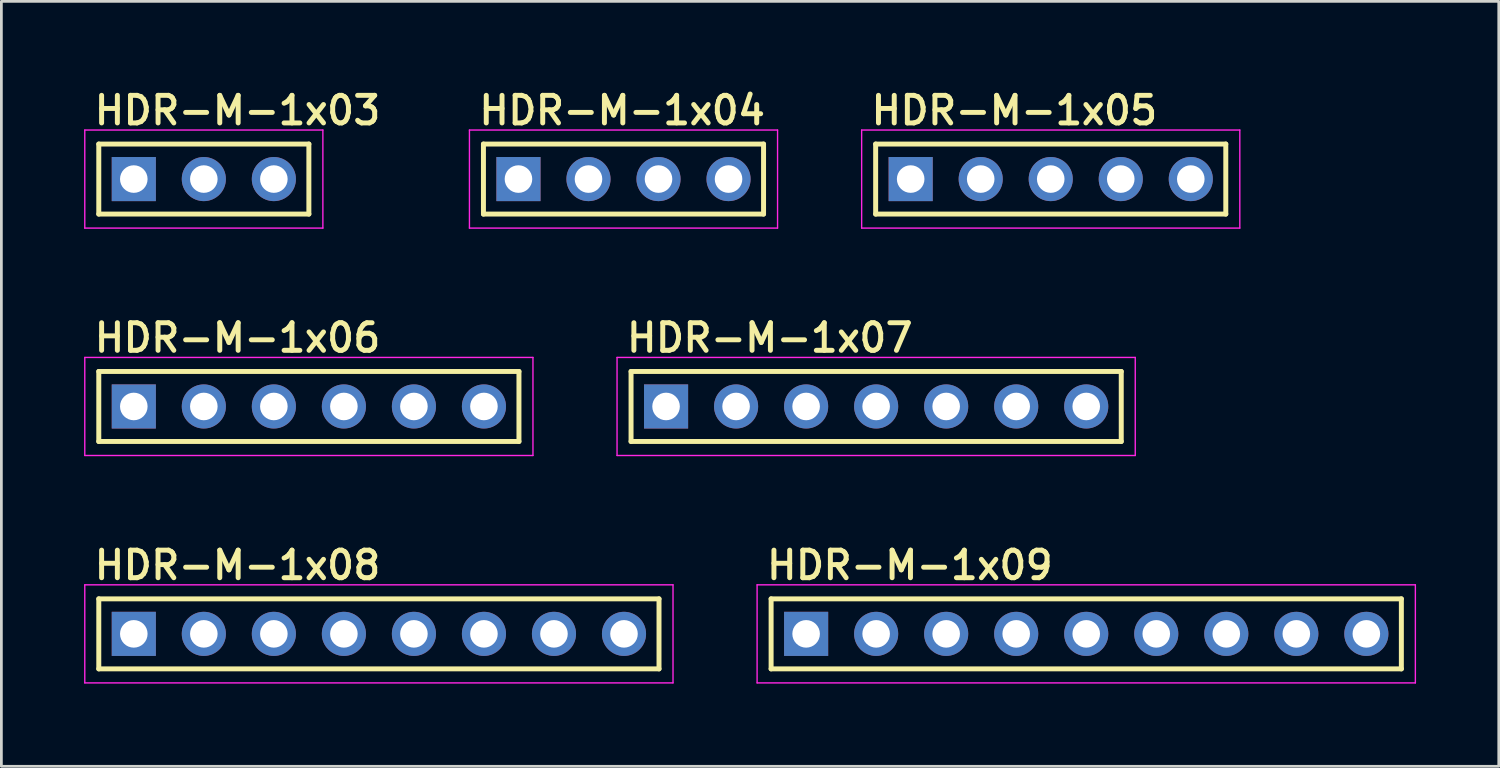
<source format=kicad_pcb>
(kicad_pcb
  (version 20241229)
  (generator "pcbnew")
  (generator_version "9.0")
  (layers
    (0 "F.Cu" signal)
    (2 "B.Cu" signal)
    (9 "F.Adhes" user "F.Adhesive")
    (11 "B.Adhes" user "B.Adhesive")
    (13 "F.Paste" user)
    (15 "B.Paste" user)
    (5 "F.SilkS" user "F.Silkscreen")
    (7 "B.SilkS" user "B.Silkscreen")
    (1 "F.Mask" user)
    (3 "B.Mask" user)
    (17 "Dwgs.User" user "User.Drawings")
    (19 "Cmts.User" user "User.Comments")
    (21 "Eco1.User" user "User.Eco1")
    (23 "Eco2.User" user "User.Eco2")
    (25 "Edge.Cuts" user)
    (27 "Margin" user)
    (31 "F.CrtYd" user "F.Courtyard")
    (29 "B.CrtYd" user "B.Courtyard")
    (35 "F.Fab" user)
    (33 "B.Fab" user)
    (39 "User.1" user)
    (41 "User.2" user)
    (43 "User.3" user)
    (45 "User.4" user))
  (footprint "HDR-M-1x06"
    (layer "F.Cu")
    (at 8.153 11.693)
    (property "Reference" "HDR-M-1x06" (at -7.874 -1.905 0) (layer "F.SilkS") (effects (font (size 1 1) (thickness 0.18)) (justify left bottom)))
    (attr through_hole)
    (fp_line (start -7.62 -1.27) (end 7.62 -1.27) (stroke (width 0.18) (type solid)) (layer "F.SilkS"))
    (fp_line (start -7.62 1.27) (end -7.62 -1.27) (stroke (width 0.18) (type solid)) (layer "F.SilkS"))
    (fp_line (start 7.62 -1.27) (end 7.62 1.27) (stroke (width 0.18) (type solid)) (layer "F.SilkS"))
    (fp_line (start 7.62 1.27) (end -7.62 1.27) (stroke (width 0.18) (type solid)) (layer "F.SilkS"))
    (fp_line (start -8.128 -1.778) (end 8.128 -1.778) (stroke (width 0.05) (type solid)) (layer "F.CrtYd"))
    (fp_line (start -8.128 1.778) (end -8.128 -1.778) (stroke (width 0.05) (type solid)) (layer "F.CrtYd"))
    (fp_line (start 8.128 -1.778) (end 8.128 1.778) (stroke (width 0.05) (type solid)) (layer "F.CrtYd"))
    (fp_line (start 8.128 1.778) (end -8.128 1.778) (stroke (width 0.05) (type solid)) (layer "F.CrtYd"))
    (pad "1" thru_hole rect (at -6.35 0) (size 1.6 1.6) (drill 1) (layers "*.Cu" "*.Mask"))
    (pad "2" thru_hole circle (at -3.81 0) (size 1.6 1.6) (drill 1) (layers "*.Cu" "*.Mask"))
    (pad "3" thru_hole circle (at -1.27 0) (size 1.6 1.6) (drill 1) (layers "*.Cu" "*.Mask"))
    (pad "4" thru_hole circle (at 1.27 0) (size 1.6 1.6) (drill 1) (layers "*.Cu" "*.Mask"))
    (pad "5" thru_hole circle (at 3.81 0) (size 1.6 1.6) (drill 1) (layers "*.Cu" "*.Mask"))
    (pad "6" thru_hole circle (at 6.35 0) (size 1.6 1.6) (drill 1) (layers "*.Cu" "*.Mask")))
  (footprint "HDR-M-1x05"
    (layer "F.Cu")
    (at 35.061 3.445)
    (property "Reference" "HDR-M-1x05" (at -6.604 -1.905 0) (layer "F.SilkS") (effects (font (size 1 1) (thickness 0.18)) (justify left bottom)))
    (attr through_hole)
    (fp_line (start -6.35 -1.27) (end 6.35 -1.27) (stroke (width 0.18) (type solid)) (layer "F.SilkS"))
    (fp_line (start -6.35 1.27) (end -6.35 -1.27) (stroke (width 0.18) (type solid)) (layer "F.SilkS"))
    (fp_line (start 6.35 -1.27) (end 6.35 1.27) (stroke (width 0.18) (type solid)) (layer "F.SilkS"))
    (fp_line (start 6.35 1.27) (end -6.35 1.27) (stroke (width 0.18) (type solid)) (layer "F.SilkS"))
    (fp_line (start -6.858 -1.778) (end 6.858 -1.778) (stroke (width 0.05) (type solid)) (layer "F.CrtYd"))
    (fp_line (start -6.858 1.778) (end -6.858 -1.778) (stroke (width 0.05) (type solid)) (layer "F.CrtYd"))
    (fp_line (start 6.858 -1.778) (end 6.858 1.778) (stroke (width 0.05) (type solid)) (layer "F.CrtYd"))
    (fp_line (start 6.858 1.778) (end -6.858 1.778) (stroke (width 0.05) (type solid)) (layer "F.CrtYd"))
    (pad "1" thru_hole rect (at -5.08 0) (size 1.6 1.6) (drill 1) (layers "*.Cu" "*.Mask"))
    (pad "2" thru_hole circle (at -2.54 0) (size 1.6 1.6) (drill 1) (layers "*.Cu" "*.Mask"))
    (pad "3" thru_hole circle (at 0 0) (size 1.6 1.6) (drill 1) (layers "*.Cu" "*.Mask"))
    (pad "4" thru_hole circle (at 2.54 0) (size 1.6 1.6) (drill 1) (layers "*.Cu" "*.Mask"))
    (pad "5" thru_hole circle (at 5.08 0) (size 1.6 1.6) (drill 1) (layers "*.Cu" "*.Mask")))
  (footprint "HDR-M-1x04"
    (layer "F.Cu")
    (at 19.565 3.445)
    (property "Reference" "HDR-M-1x04" (at -5.334 -1.905 0) (layer "F.SilkS") (effects (font (size 1 1) (thickness 0.18)) (justify left bottom)))
    (attr through_hole)
    (fp_line (start -5.08 -1.27) (end 5.08 -1.27) (stroke (width 0.18) (type solid)) (layer "F.SilkS"))
    (fp_line (start -5.08 1.27) (end -5.08 -1.27) (stroke (width 0.18) (type solid)) (layer "F.SilkS"))
    (fp_line (start 5.08 -1.27) (end 5.08 1.27) (stroke (width 0.18) (type solid)) (layer "F.SilkS"))
    (fp_line (start 5.08 1.27) (end -5.08 1.27) (stroke (width 0.18) (type solid)) (layer "F.SilkS"))
    (fp_line (start -5.588 -1.778) (end 5.588 -1.778) (stroke (width 0.05) (type solid)) (layer "F.CrtYd"))
    (fp_line (start -5.588 1.778) (end -5.588 -1.778) (stroke (width 0.05) (type solid)) (layer "F.CrtYd"))
    (fp_line (start 5.588 -1.778) (end 5.588 1.778) (stroke (width 0.05) (type solid)) (layer "F.CrtYd"))
    (fp_line (start 5.588 1.778) (end -5.588 1.778) (stroke (width 0.05) (type solid)) (layer "F.CrtYd"))
    (pad "1" thru_hole rect (at -3.81 0) (size 1.6 1.6) (drill 1) (layers "*.Cu" "*.Mask"))
    (pad "2" thru_hole circle (at -1.27 0) (size 1.6 1.6) (drill 1) (layers "*.Cu" "*.Mask"))
    (pad "3" thru_hole circle (at 1.27 0) (size 1.6 1.6) (drill 1) (layers "*.Cu" "*.Mask"))
    (pad "4" thru_hole circle (at 3.81 0) (size 1.6 1.6) (drill 1) (layers "*.Cu" "*.Mask")))
  (footprint "HDR-M-1x08"
    (layer "F.Cu")
    (at 10.693 19.941)
    (property "Reference" "HDR-M-1x08" (at -10.414 -1.905 0) (layer "F.SilkS") (effects (font (size 1 1) (thickness 0.18)) (justify left bottom)))
    (attr through_hole)
    (fp_line (start -10.16 -1.27) (end 10.16 -1.27) (stroke (width 0.18) (type solid)) (layer "F.SilkS"))
    (fp_line (start -10.16 1.27) (end -10.16 -1.27) (stroke (width 0.18) (type solid)) (layer "F.SilkS"))
    (fp_line (start 10.16 -1.27) (end 10.16 1.27) (stroke (width 0.18) (type solid)) (layer "F.SilkS"))
    (fp_line (start 10.16 1.27) (end -10.16 1.27) (stroke (width 0.18) (type solid)) (layer "F.SilkS"))
    (fp_line (start -10.668 -1.778) (end 10.668 -1.778) (stroke (width 0.05) (type solid)) (layer "F.CrtYd"))
    (fp_line (start -10.668 1.778) (end -10.668 -1.778) (stroke (width 0.05) (type solid)) (layer "F.CrtYd"))
    (fp_line (start 10.668 -1.778) (end 10.668 1.778) (stroke (width 0.05) (type solid)) (layer "F.CrtYd"))
    (fp_line (start 10.668 1.778) (end -10.668 1.778) (stroke (width 0.05) (type solid)) (layer "F.CrtYd"))
    (pad "1" thru_hole rect (at -8.89 0) (size 1.6 1.6) (drill 1) (layers "*.Cu" "*.Mask"))
    (pad "2" thru_hole circle (at -6.35 0) (size 1.6 1.6) (drill 1) (layers "*.Cu" "*.Mask"))
    (pad "3" thru_hole circle (at -3.81 0) (size 1.6 1.6) (drill 1) (layers "*.Cu" "*.Mask"))
    (pad "4" thru_hole circle (at -1.27 0) (size 1.6 1.6) (drill 1) (layers "*.Cu" "*.Mask"))
    (pad "5" thru_hole circle (at 1.27 0) (size 1.6 1.6) (drill 1) (layers "*.Cu" "*.Mask"))
    (pad "6" thru_hole circle (at 3.81 0) (size 1.6 1.6) (drill 1) (layers "*.Cu" "*.Mask"))
    (pad "7" thru_hole circle (at 6.35 0) (size 1.6 1.6) (drill 1) (layers "*.Cu" "*.Mask"))
    (pad "8" thru_hole circle (at 8.89 0) (size 1.6 1.6) (drill 1) (layers "*.Cu" "*.Mask")))
  (footprint "HDR-M-1x09"
    (layer "F.Cu")
    (at 36.349 19.941)
    (property "Reference" "HDR-M-1x09" (at -11.684 -1.905 0) (layer "F.SilkS") (effects (font (size 1 1) (thickness 0.18)) (justify left bottom)))
    (attr through_hole)
    (fp_line (start -11.43 -1.27) (end 11.43 -1.27) (stroke (width 0.18) (type solid)) (layer "F.SilkS"))
    (fp_line (start -11.43 1.27) (end -11.43 -1.27) (stroke (width 0.18) (type solid)) (layer "F.SilkS"))
    (fp_line (start 11.43 -1.27) (end 11.43 1.27) (stroke (width 0.18) (type solid)) (layer "F.SilkS"))
    (fp_line (start 11.43 1.27) (end -11.43 1.27) (stroke (width 0.18) (type solid)) (layer "F.SilkS"))
    (fp_line (start -11.938 -1.778) (end 11.938 -1.778) (stroke (width 0.05) (type solid)) (layer "F.CrtYd"))
    (fp_line (start -11.938 1.778) (end -11.938 -1.778) (stroke (width 0.05) (type solid)) (layer "F.CrtYd"))
    (fp_line (start 11.938 -1.778) (end 11.938 1.778) (stroke (width 0.05) (type solid)) (layer "F.CrtYd"))
    (fp_line (start 11.938 1.778) (end -11.938 1.778) (stroke (width 0.05) (type solid)) (layer "F.CrtYd"))
    (pad "1" thru_hole rect (at -10.16 0) (size 1.6 1.6) (drill 1) (layers "*.Cu" "*.Mask"))
    (pad "2" thru_hole circle (at -7.62 0) (size 1.6 1.6) (drill 1) (layers "*.Cu" "*.Mask"))
    (pad "3" thru_hole circle (at -5.08 0) (size 1.6 1.6) (drill 1) (layers "*.Cu" "*.Mask"))
    (pad "4" thru_hole circle (at -2.54 0) (size 1.6 1.6) (drill 1) (layers "*.Cu" "*.Mask"))
    (pad "5" thru_hole circle (at 0 0) (size 1.6 1.6) (drill 1) (layers "*.Cu" "*.Mask"))
    (pad "6" thru_hole circle (at 2.54 0) (size 1.6 1.6) (drill 1) (layers "*.Cu" "*.Mask"))
    (pad "7" thru_hole circle (at 5.08 0) (size 1.6 1.6) (drill 1) (layers "*.Cu" "*.Mask"))
    (pad "8" thru_hole circle (at 7.62 0) (size 1.6 1.6) (drill 1) (layers "*.Cu" "*.Mask"))
    (pad "9" thru_hole circle (at 10.16 0) (size 1.6 1.6) (drill 1) (layers "*.Cu" "*.Mask")))
  (footprint "HDR-M-1x03"
    (layer "F.Cu")
    (at 4.343 3.445)
    (property "Reference" "HDR-M-1x03" (at -4.064 -1.905 0) (layer "F.SilkS") (effects (font (size 1 1) (thickness 0.18)) (justify left bottom)))
    (attr through_hole)
    (fp_line (start -3.81 -1.27) (end 3.81 -1.27) (stroke (width 0.18) (type solid)) (layer "F.SilkS"))
    (fp_line (start -3.81 1.27) (end -3.81 -1.27) (stroke (width 0.18) (type solid)) (layer "F.SilkS"))
    (fp_line (start 3.81 -1.27) (end 3.81 1.27) (stroke (width 0.18) (type solid)) (layer "F.SilkS"))
    (fp_line (start 3.81 1.27) (end -3.81 1.27) (stroke (width 0.18) (type solid)) (layer "F.SilkS"))
    (fp_line (start -4.318 -1.778) (end 4.318 -1.778) (stroke (width 0.05) (type solid)) (layer "F.CrtYd"))
    (fp_line (start -4.318 1.778) (end -4.318 -1.778) (stroke (width 0.05) (type solid)) (layer "F.CrtYd"))
    (fp_line (start 4.318 -1.778) (end 4.318 1.778) (stroke (width 0.05) (type solid)) (layer "F.CrtYd"))
    (fp_line (start 4.318 1.778) (end -4.318 1.778) (stroke (width 0.05) (type solid)) (layer "F.CrtYd"))
    (pad "1" thru_hole rect (at -2.54 0) (size 1.6 1.6) (drill 1) (layers "*.Cu" "*.Mask"))
    (pad "2" thru_hole circle (at 0 0) (size 1.6 1.6) (drill 1) (layers "*.Cu" "*.Mask"))
    (pad "3" thru_hole circle (at 2.54 0) (size 1.6 1.6) (drill 1) (layers "*.Cu" "*.Mask")))
  (footprint "HDR-M-1x07"
    (layer "F.Cu")
    (at 28.729 11.693)
    (property "Reference" "HDR-M-1x07" (at -9.144 -1.905 0) (layer "F.SilkS") (effects (font (size 1 1) (thickness 0.18)) (justify left bottom)))
    (attr through_hole)
    (fp_line (start -8.89 -1.27) (end 8.89 -1.27) (stroke (width 0.18) (type solid)) (layer "F.SilkS"))
    (fp_line (start -8.89 1.27) (end -8.89 -1.27) (stroke (width 0.18) (type solid)) (layer "F.SilkS"))
    (fp_line (start 8.89 -1.27) (end 8.89 1.27) (stroke (width 0.18) (type solid)) (layer "F.SilkS"))
    (fp_line (start 8.89 1.27) (end -8.89 1.27) (stroke (width 0.18) (type solid)) (layer "F.SilkS"))
    (fp_line (start -9.398 -1.778) (end 9.398 -1.778) (stroke (width 0.05) (type solid)) (layer "F.CrtYd"))
    (fp_line (start -9.398 1.778) (end -9.398 -1.778) (stroke (width 0.05) (type solid)) (layer "F.CrtYd"))
    (fp_line (start 9.398 -1.778) (end 9.398 1.778) (stroke (width 0.05) (type solid)) (layer "F.CrtYd"))
    (fp_line (start 9.398 1.778) (end -9.398 1.778) (stroke (width 0.05) (type solid)) (layer "F.CrtYd"))
    (pad "1" thru_hole rect (at -7.62 0) (size 1.6 1.6) (drill 1) (layers "*.Cu" "*.Mask"))
    (pad "2" thru_hole circle (at -5.08 0) (size 1.6 1.6) (drill 1) (layers "*.Cu" "*.Mask"))
    (pad "3" thru_hole circle (at -2.54 0) (size 1.6 1.6) (drill 1) (layers "*.Cu" "*.Mask"))
    (pad "4" thru_hole circle (at 0 0) (size 1.6 1.6) (drill 1) (layers "*.Cu" "*.Mask"))
    (pad "5" thru_hole circle (at 2.54 0) (size 1.6 1.6) (drill 1) (layers "*.Cu" "*.Mask"))
    (pad "6" thru_hole circle (at 5.08 0) (size 1.6 1.6) (drill 1) (layers "*.Cu" "*.Mask"))
    (pad "7" thru_hole circle (at 7.62 0) (size 1.6 1.6) (drill 1) (layers "*.Cu" "*.Mask")))
  (gr_rect
    (start -3 -3)
    (end 51.312 24.744)
    (stroke (width 0.1) (type default))
    (fill no)
    (layer "Edge.Cuts")))
</source>
